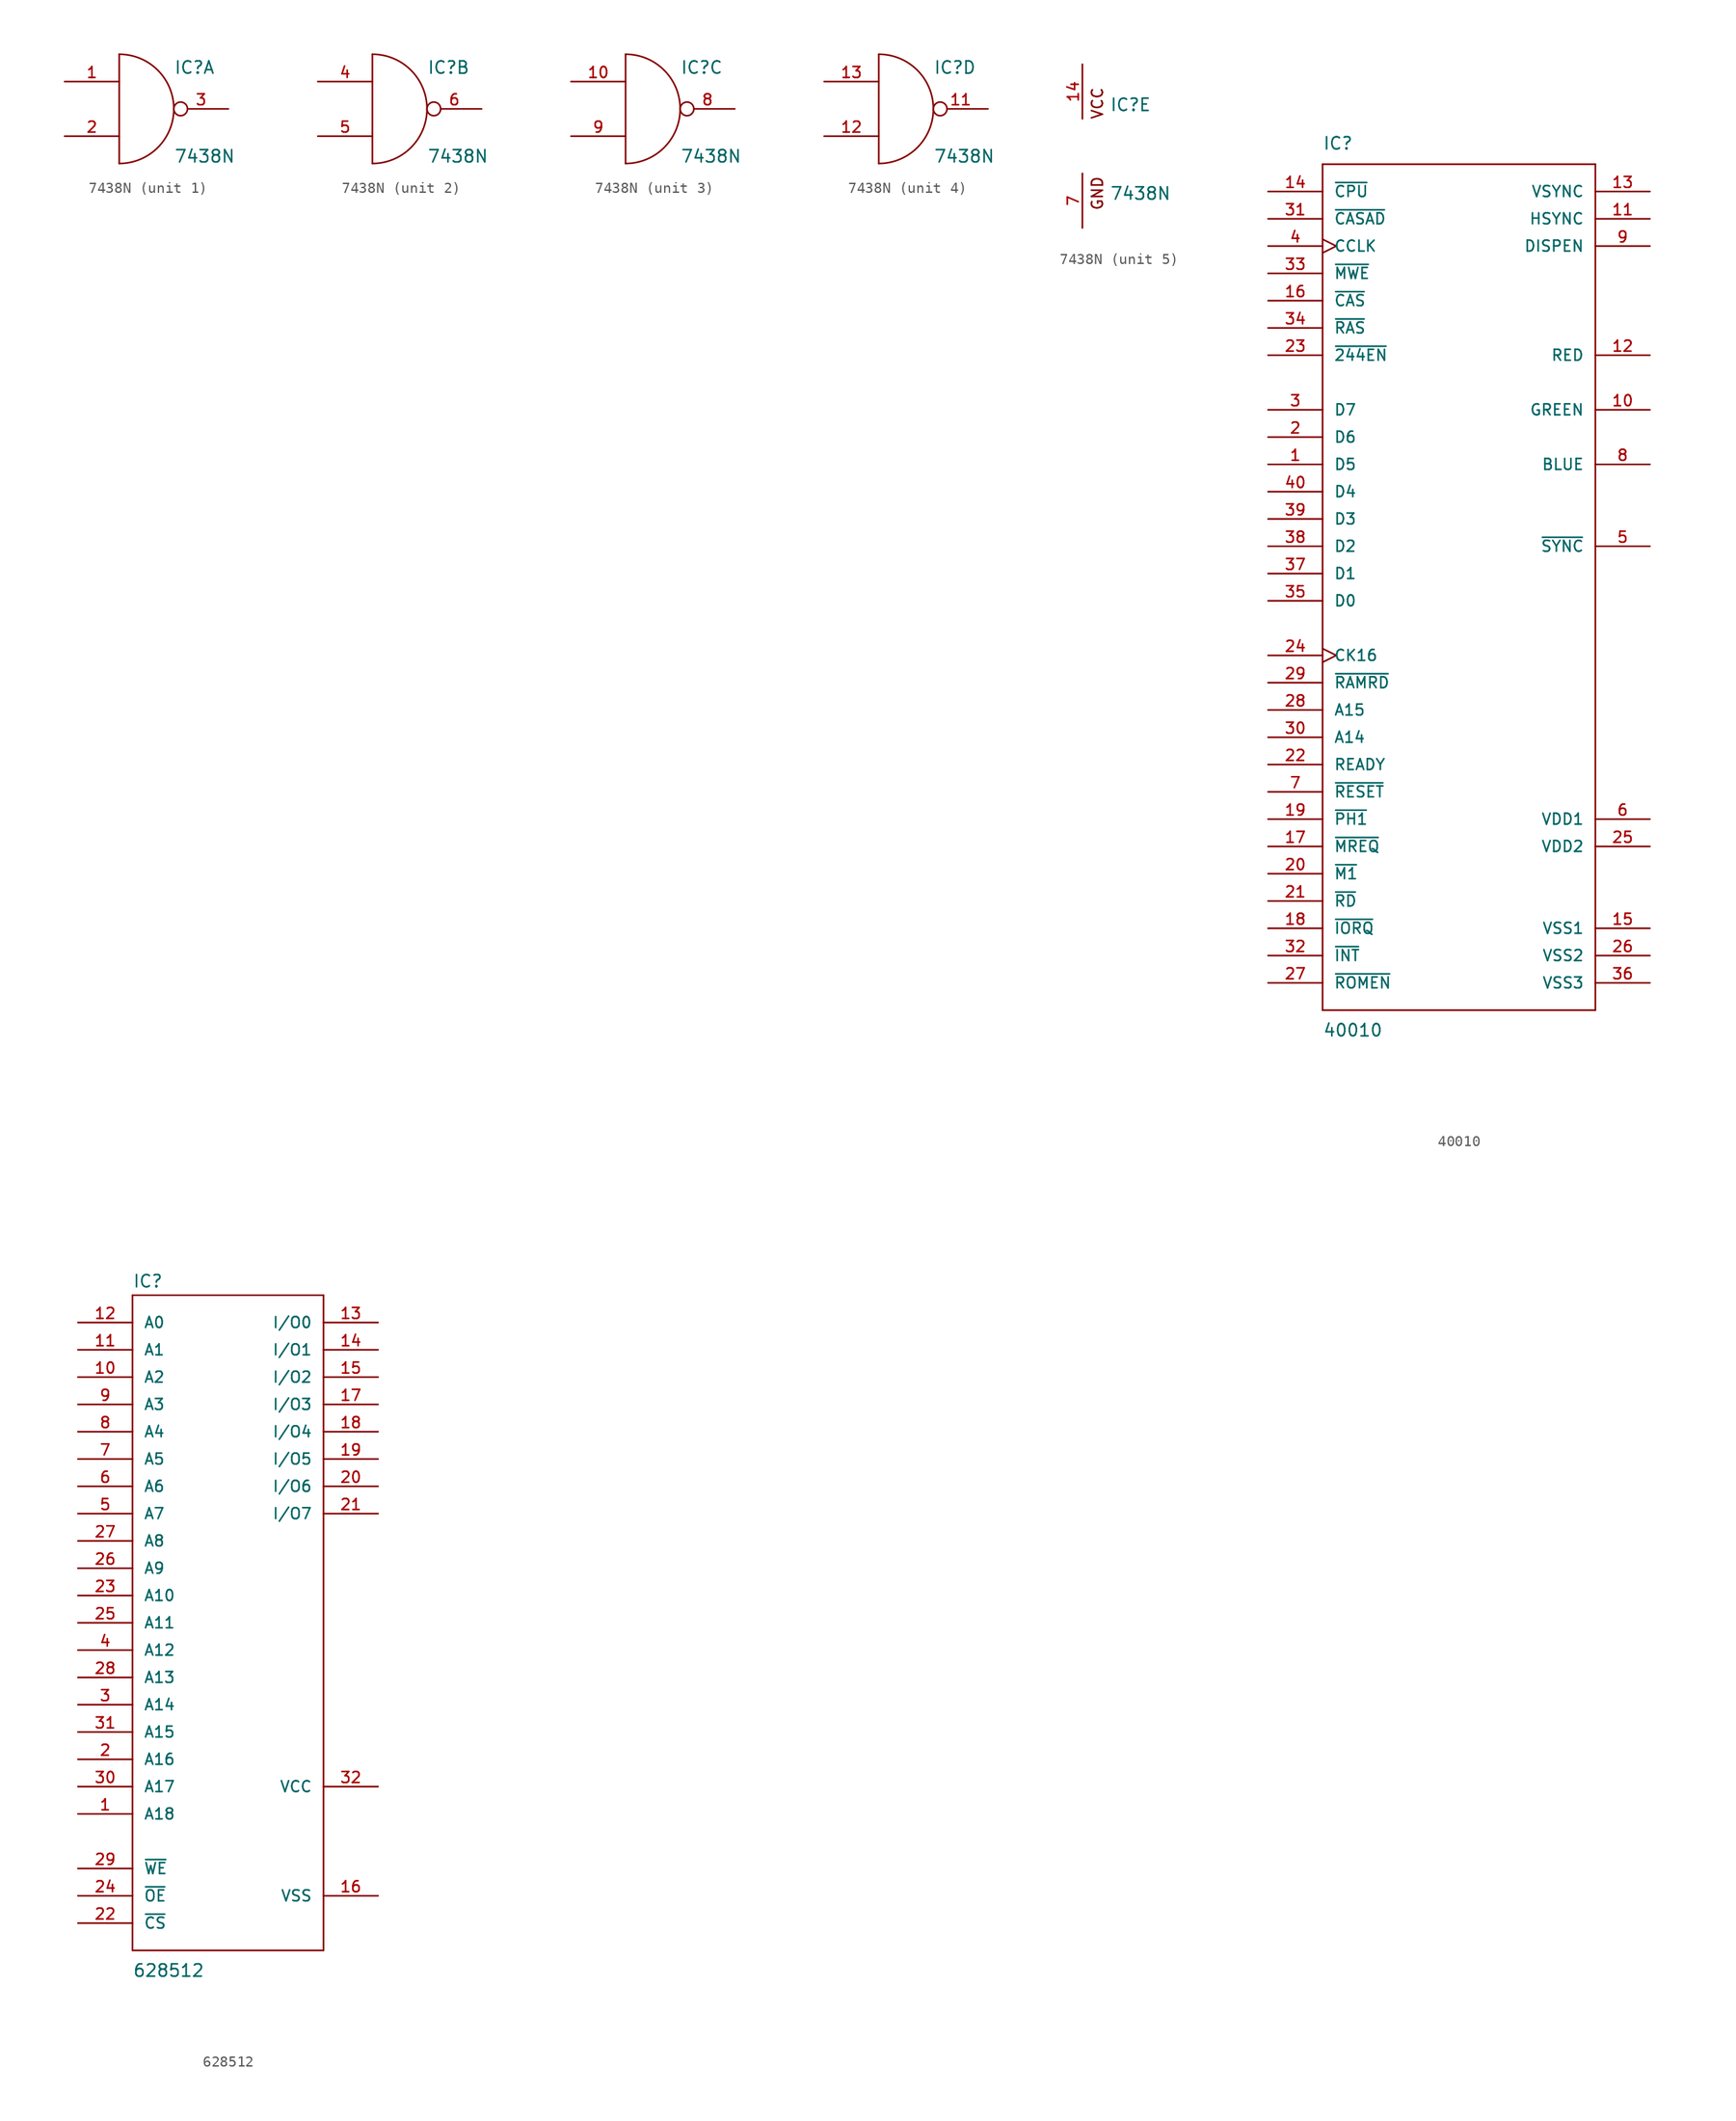
<source format=kicad_sym>
(kicad_symbol_lib
  (version 20211014)
  (generator kicad_symbol_editor)
  (symbol "7438N"
    (pin_names
      (offset 1.016) hide)
    (property "Reference" "IC"
      (at 2.54 3.175 0)
      (effects (font (size 1.143 1.143)) (justify left bottom)))
    (property "Value" "7438N"
      (at 2.54 -5.08 0)
      (effects (font (size 1.143 1.143)) (justify left bottom)))
    (property "ki_locked" ""
      (at 0 0 0)
      (effects (font (size 1.27 1.27))))
    (symbol "7438N_1_0"
      (polyline (pts (xy -2.54 5.08) (xy -2.54 -5.08)) (stroke (width 0) (type default) (color 0 0 0 0)) (fill (type none))))
    (symbol "7438N_1_1"
      (arc (start -2.54 -5.08) (mid 2.54 0) (end -2.54 5.08) (stroke (width 0) (type default) (color 0 0 0 0)) (fill (type none)))
      (pin input line (at -7.62 2.54 0) (length 5.08) (name "I0" (effects (font (size 1.016 1.016)))) (number "1" (effects (font (size 1.016 1.016)))))
      (pin input line (at -7.62 -2.54 0) (length 5.08) (name "I1" (effects (font (size 1.016 1.016)))) (number "2" (effects (font (size 1.016 1.016)))))
      (pin open_collector inverted (at 7.62 0 180) (length 5.08) (name "O" (effects (font (size 1.016 1.016)))) (number "3" (effects (font (size 1.016 1.016))))))
    (symbol "7438N_2_0"
      (polyline (pts (xy -2.54 5.08) (xy -2.54 -5.08)) (stroke (width 0) (type default) (color 0 0 0 0)) (fill (type none))))
    (symbol "7438N_2_1"
      (arc (start -2.54 -5.08) (mid 2.54 0) (end -2.54 5.08) (stroke (width 0) (type default) (color 0 0 0 0)) (fill (type none)))
      (pin input line (at -7.62 2.54 0) (length 5.08) (name "I0" (effects (font (size 1.016 1.016)))) (number "4" (effects (font (size 1.016 1.016)))))
      (pin input line (at -7.62 -2.54 0) (length 5.08) (name "I1" (effects (font (size 1.016 1.016)))) (number "5" (effects (font (size 1.016 1.016)))))
      (pin open_collector inverted (at 7.62 0 180) (length 5.08) (name "O" (effects (font (size 1.016 1.016)))) (number "6" (effects (font (size 1.016 1.016))))))
    (symbol "7438N_3_0"
      (polyline (pts (xy -2.54 5.08) (xy -2.54 -5.08)) (stroke (width 0) (type default) (color 0 0 0 0)) (fill (type none))))
    (symbol "7438N_3_1"
      (arc (start -2.54 -5.08) (mid 2.54 0) (end -2.54 5.08) (stroke (width 0) (type default) (color 0 0 0 0)) (fill (type none)))
      (pin input line (at -7.62 2.54 0) (length 5.08) (name "I0" (effects (font (size 1.016 1.016)))) (number "10" (effects (font (size 1.016 1.016)))))
      (pin open_collector inverted (at 7.62 0 180) (length 5.08) (name "O" (effects (font (size 1.016 1.016)))) (number "8" (effects (font (size 1.016 1.016)))))
      (pin input line (at -7.62 -2.54 0) (length 5.08) (name "I1" (effects (font (size 1.016 1.016)))) (number "9" (effects (font (size 1.016 1.016))))))
    (symbol "7438N_4_0"
      (polyline (pts (xy -2.54 5.08) (xy -2.54 -5.08)) (stroke (width 0) (type default) (color 0 0 0 0)) (fill (type none))))
    (symbol "7438N_4_1"
      (arc (start -2.54 -5.08) (mid 2.54 0) (end -2.54 5.08) (stroke (width 0) (type default) (color 0 0 0 0)) (fill (type none)))
      (pin open_collector inverted (at 7.62 0 180) (length 5.08) (name "O" (effects (font (size 1.016 1.016)))) (number "11" (effects (font (size 1.016 1.016)))))
      (pin input line (at -7.62 -2.54 0) (length 5.08) (name "I1" (effects (font (size 1.016 1.016)))) (number "12" (effects (font (size 1.016 1.016)))))
      (pin input line (at -7.62 2.54 0) (length 5.08) (name "I0" (effects (font (size 1.016 1.016)))) (number "13" (effects (font (size 1.016 1.016))))))
    (symbol "7438N_5_0"
      (text "GND" (at 1.397 -4.394 900) (effects (font (size 1.016 1.016))))
      (text "VCC" (at 1.397 3.988 900) (effects (font (size 1.016 1.016)))))
    (symbol "7438N_5_1"
      (pin power_in line (at 0 7.62 270) (length 5.08) (name "VCC" (effects (font (size 1.016 1.016)))) (number "14" (effects (font (size 1.016 1.016)))))
      (pin power_in line (at 0 -7.62 90) (length 5.08) (name "GND" (effects (font (size 1.016 1.016)))) (number "7" (effects (font (size 1.016 1.016)))))))
  (symbol "40010"
    (pin_names
      (offset 1.016))
    (property "Reference" "IC"
      (at -12.7 41.91 0)
      (effects (font (size 1.143 1.143)) (justify left bottom)))
    (property "Value" "40010"
      (at -12.7 -40.64 0)
      (effects (font (size 1.143 1.143)) (justify left bottom)))
    (property "ki_locked" ""
      (at 0 0 0)
      (effects (font (size 1.27 1.27))))
    (symbol "40010_1_0"
      (polyline (pts (xy -12.7 -38.1) (xy -12.7 40.64)) (stroke (width 0) (type default) (color 0 0 0 0)) (fill (type none)))
      (polyline (pts (xy -12.7 40.64) (xy 12.7 40.64)) (stroke (width 0) (type default) (color 0 0 0 0)) (fill (type none)))
      (polyline (pts (xy 12.7 -38.1) (xy -12.7 -38.1)) (stroke (width 0) (type default) (color 0 0 0 0)) (fill (type none)))
      (polyline (pts (xy 12.7 40.64) (xy 12.7 -38.1)) (stroke (width 0) (type default) (color 0 0 0 0)) (fill (type none))))
    (symbol "40010_1_1"
      (pin bidirectional line (at -17.78 12.7 0) (length 5.08) (name "D5" (effects (font (size 1.016 1.016)))) (number "1" (effects (font (size 1.016 1.016)))))
      (pin output line (at 17.78 17.78 180) (length 5.08) (name "GREEN" (effects (font (size 1.016 1.016)))) (number "10" (effects (font (size 1.016 1.016)))))
      (pin input line (at 17.78 35.56 180) (length 5.08) (name "HSYNC" (effects (font (size 1.016 1.016)))) (number "11" (effects (font (size 1.016 1.016)))))
      (pin output line (at 17.78 22.86 180) (length 5.08) (name "RED" (effects (font (size 1.016 1.016)))) (number "12" (effects (font (size 1.016 1.016)))))
      (pin input line (at 17.78 38.1 180) (length 5.08) (name "VSYNC" (effects (font (size 1.016 1.016)))) (number "13" (effects (font (size 1.016 1.016)))))
      (pin bidirectional line (at -17.78 38.1 0) (length 5.08) (name "~{CPU}" (effects (font (size 1.016 1.016)))) (number "14" (effects (font (size 1.016 1.016)))))
      (pin power_in line (at 17.78 -30.48 180) (length 5.08) (name "VSS1" (effects (font (size 1.016 1.016)))) (number "15" (effects (font (size 1.016 1.016)))))
      (pin output line (at -17.78 27.94 0) (length 5.08) (name "~{CAS}" (effects (font (size 1.016 1.016)))) (number "16" (effects (font (size 1.016 1.016)))))
      (pin input line (at -17.78 -22.86 0) (length 5.08) (name "~{MREQ}" (effects (font (size 1.016 1.016)))) (number "17" (effects (font (size 1.016 1.016)))))
      (pin input line (at -17.78 -30.48 0) (length 5.08) (name "~{IORQ}" (effects (font (size 1.016 1.016)))) (number "18" (effects (font (size 1.016 1.016)))))
      (pin output line (at -17.78 -20.32 0) (length 5.08) (name "~{PH1}" (effects (font (size 1.016 1.016)))) (number "19" (effects (font (size 1.016 1.016)))))
      (pin bidirectional line (at -17.78 15.24 0) (length 5.08) (name "D6" (effects (font (size 1.016 1.016)))) (number "2" (effects (font (size 1.016 1.016)))))
      (pin input line (at -17.78 -25.4 0) (length 5.08) (name "~{M1}" (effects (font (size 1.016 1.016)))) (number "20" (effects (font (size 1.016 1.016)))))
      (pin input line (at -17.78 -27.94 0) (length 5.08) (name "~{RD}" (effects (font (size 1.016 1.016)))) (number "21" (effects (font (size 1.016 1.016)))))
      (pin output line (at -17.78 -15.24 0) (length 5.08) (name "READY" (effects (font (size 1.016 1.016)))) (number "22" (effects (font (size 1.016 1.016)))))
      (pin output line (at -17.78 22.86 0) (length 5.08) (name "~{244EN}" (effects (font (size 1.016 1.016)))) (number "23" (effects (font (size 1.016 1.016)))))
      (pin input clock (at -17.78 -5.08 0) (length 5.08) (name "CK16" (effects (font (size 1.016 1.016)))) (number "24" (effects (font (size 1.016 1.016)))))
      (pin power_in line (at 17.78 -22.86 180) (length 5.08) (name "VDD2" (effects (font (size 1.016 1.016)))) (number "25" (effects (font (size 1.016 1.016)))))
      (pin power_in line (at 17.78 -33.02 180) (length 5.08) (name "VSS2" (effects (font (size 1.016 1.016)))) (number "26" (effects (font (size 1.016 1.016)))))
      (pin output line (at -17.78 -35.56 0) (length 5.08) (name "~{ROMEN}" (effects (font (size 1.016 1.016)))) (number "27" (effects (font (size 1.016 1.016)))))
      (pin input line (at -17.78 -10.16 0) (length 5.08) (name "A15" (effects (font (size 1.016 1.016)))) (number "28" (effects (font (size 1.016 1.016)))))
      (pin output line (at -17.78 -7.62 0) (length 5.08) (name "~{RAMRD}" (effects (font (size 1.016 1.016)))) (number "29" (effects (font (size 1.016 1.016)))))
      (pin bidirectional line (at -17.78 17.78 0) (length 5.08) (name "D7" (effects (font (size 1.016 1.016)))) (number "3" (effects (font (size 1.016 1.016)))))
      (pin input line (at -17.78 -12.7 0) (length 5.08) (name "A14" (effects (font (size 1.016 1.016)))) (number "30" (effects (font (size 1.016 1.016)))))
      (pin output line (at -17.78 35.56 0) (length 5.08) (name "~{CASAD}" (effects (font (size 1.016 1.016)))) (number "31" (effects (font (size 1.016 1.016)))))
      (pin output line (at -17.78 -33.02 0) (length 5.08) (name "~{INT}" (effects (font (size 1.016 1.016)))) (number "32" (effects (font (size 1.016 1.016)))))
      (pin output line (at -17.78 30.48 0) (length 5.08) (name "~{MWE}" (effects (font (size 1.016 1.016)))) (number "33" (effects (font (size 1.016 1.016)))))
      (pin output line (at -17.78 25.4 0) (length 5.08) (name "~{RAS}" (effects (font (size 1.016 1.016)))) (number "34" (effects (font (size 1.016 1.016)))))
      (pin bidirectional line (at -17.78 0 0) (length 5.08) (name "D0" (effects (font (size 1.016 1.016)))) (number "35" (effects (font (size 1.016 1.016)))))
      (pin power_in line (at 17.78 -35.56 180) (length 5.08) (name "VSS3" (effects (font (size 1.016 1.016)))) (number "36" (effects (font (size 1.016 1.016)))))
      (pin bidirectional line (at -17.78 2.54 0) (length 5.08) (name "D1" (effects (font (size 1.016 1.016)))) (number "37" (effects (font (size 1.016 1.016)))))
      (pin bidirectional line (at -17.78 5.08 0) (length 5.08) (name "D2" (effects (font (size 1.016 1.016)))) (number "38" (effects (font (size 1.016 1.016)))))
      (pin bidirectional line (at -17.78 7.62 0) (length 5.08) (name "D3" (effects (font (size 1.016 1.016)))) (number "39" (effects (font (size 1.016 1.016)))))
      (pin output clock (at -17.78 33.02 0) (length 5.08) (name "CCLK" (effects (font (size 1.016 1.016)))) (number "4" (effects (font (size 1.016 1.016)))))
      (pin bidirectional line (at -17.78 10.16 0) (length 5.08) (name "D4" (effects (font (size 1.016 1.016)))) (number "40" (effects (font (size 1.016 1.016)))))
      (pin output line (at 17.78 5.08 180) (length 5.08) (name "~{SYNC}" (effects (font (size 1.016 1.016)))) (number "5" (effects (font (size 1.016 1.016)))))
      (pin power_in line (at 17.78 -20.32 180) (length 5.08) (name "VDD1" (effects (font (size 1.016 1.016)))) (number "6" (effects (font (size 1.016 1.016)))))
      (pin input line (at -17.78 -17.78 0) (length 5.08) (name "~{RESET}" (effects (font (size 1.016 1.016)))) (number "7" (effects (font (size 1.016 1.016)))))
      (pin output line (at 17.78 12.7 180) (length 5.08) (name "BLUE" (effects (font (size 1.016 1.016)))) (number "8" (effects (font (size 1.016 1.016)))))
      (pin input line (at 17.78 33.02 180) (length 5.08) (name "DISPEN" (effects (font (size 1.016 1.016)))) (number "9" (effects (font (size 1.016 1.016)))))))
  (symbol "628512"
    (pin_names
      (offset 1.016))
    (property "Reference" "IC"
      (at -10.16 31.115 0)
      (effects (font (size 1.143 1.143)) (justify left bottom)))
    (property "Value" "628512"
      (at -10.16 -33.02 0)
      (effects (font (size 1.143 1.143)) (justify left bottom)))
    (property "ki_locked" ""
      (at 0 0 0)
      (effects (font (size 1.27 1.27))))
    (symbol "628512_1_0"
      (polyline (pts (xy -10.16 -30.48) (xy -10.16 30.48)) (stroke (width 0) (type default) (color 0 0 0 0)) (fill (type none)))
      (polyline (pts (xy -10.16 -30.48) (xy 7.62 -30.48)) (stroke (width 0) (type default) (color 0 0 0 0)) (fill (type none)))
      (polyline (pts (xy 7.62 30.48) (xy -10.16 30.48)) (stroke (width 0) (type default) (color 0 0 0 0)) (fill (type none)))
      (polyline (pts (xy 7.62 30.48) (xy 7.62 -30.48)) (stroke (width 0) (type default) (color 0 0 0 0)) (fill (type none))))
    (symbol "628512_1_1"
      (pin input line (at -15.24 -17.78 0) (length 5.08) (name "A18" (effects (font (size 1.016 1.016)))) (number "1" (effects (font (size 1.016 1.016)))))
      (pin input line (at -15.24 22.86 0) (length 5.08) (name "A2" (effects (font (size 1.016 1.016)))) (number "10" (effects (font (size 1.016 1.016)))))
      (pin input line (at -15.24 25.4 0) (length 5.08) (name "A1" (effects (font (size 1.016 1.016)))) (number "11" (effects (font (size 1.016 1.016)))))
      (pin input line (at -15.24 27.94 0) (length 5.08) (name "A0" (effects (font (size 1.016 1.016)))) (number "12" (effects (font (size 1.016 1.016)))))
      (pin bidirectional line (at 12.7 27.94 180) (length 5.08) (name "I/O0" (effects (font (size 1.016 1.016)))) (number "13" (effects (font (size 1.016 1.016)))))
      (pin bidirectional line (at 12.7 25.4 180) (length 5.08) (name "I/O1" (effects (font (size 1.016 1.016)))) (number "14" (effects (font (size 1.016 1.016)))))
      (pin bidirectional line (at 12.7 22.86 180) (length 5.08) (name "I/O2" (effects (font (size 1.016 1.016)))) (number "15" (effects (font (size 1.016 1.016)))))
      (pin power_in line (at 12.7 -25.4 180) (length 5.08) (name "VSS" (effects (font (size 1.016 1.016)))) (number "16" (effects (font (size 1.016 1.016)))))
      (pin bidirectional line (at 12.7 20.32 180) (length 5.08) (name "I/O3" (effects (font (size 1.016 1.016)))) (number "17" (effects (font (size 1.016 1.016)))))
      (pin bidirectional line (at 12.7 17.78 180) (length 5.08) (name "I/O4" (effects (font (size 1.016 1.016)))) (number "18" (effects (font (size 1.016 1.016)))))
      (pin bidirectional line (at 12.7 15.24 180) (length 5.08) (name "I/O5" (effects (font (size 1.016 1.016)))) (number "19" (effects (font (size 1.016 1.016)))))
      (pin input line (at -15.24 -12.7 0) (length 5.08) (name "A16" (effects (font (size 1.016 1.016)))) (number "2" (effects (font (size 1.016 1.016)))))
      (pin bidirectional line (at 12.7 12.7 180) (length 5.08) (name "I/O6" (effects (font (size 1.016 1.016)))) (number "20" (effects (font (size 1.016 1.016)))))
      (pin bidirectional line (at 12.7 10.16 180) (length 5.08) (name "I/O7" (effects (font (size 1.016 1.016)))) (number "21" (effects (font (size 1.016 1.016)))))
      (pin input line (at -15.24 -27.94 0) (length 5.08) (name "~{CS}" (effects (font (size 1.016 1.016)))) (number "22" (effects (font (size 1.016 1.016)))))
      (pin input line (at -15.24 2.54 0) (length 5.08) (name "A10" (effects (font (size 1.016 1.016)))) (number "23" (effects (font (size 1.016 1.016)))))
      (pin input line (at -15.24 -25.4 0) (length 5.08) (name "~{OE}" (effects (font (size 1.016 1.016)))) (number "24" (effects (font (size 1.016 1.016)))))
      (pin input line (at -15.24 0 0) (length 5.08) (name "A11" (effects (font (size 1.016 1.016)))) (number "25" (effects (font (size 1.016 1.016)))))
      (pin input line (at -15.24 5.08 0) (length 5.08) (name "A9" (effects (font (size 1.016 1.016)))) (number "26" (effects (font (size 1.016 1.016)))))
      (pin input line (at -15.24 7.62 0) (length 5.08) (name "A8" (effects (font (size 1.016 1.016)))) (number "27" (effects (font (size 1.016 1.016)))))
      (pin input line (at -15.24 -5.08 0) (length 5.08) (name "A13" (effects (font (size 1.016 1.016)))) (number "28" (effects (font (size 1.016 1.016)))))
      (pin input line (at -15.24 -22.86 0) (length 5.08) (name "~{WE}" (effects (font (size 1.016 1.016)))) (number "29" (effects (font (size 1.016 1.016)))))
      (pin input line (at -15.24 -7.62 0) (length 5.08) (name "A14" (effects (font (size 1.016 1.016)))) (number "3" (effects (font (size 1.016 1.016)))))
      (pin input line (at -15.24 -15.24 0) (length 5.08) (name "A17" (effects (font (size 1.016 1.016)))) (number "30" (effects (font (size 1.016 1.016)))))
      (pin input line (at -15.24 -10.16 0) (length 5.08) (name "A15" (effects (font (size 1.016 1.016)))) (number "31" (effects (font (size 1.016 1.016)))))
      (pin power_in line (at 12.7 -15.24 180) (length 5.08) (name "VCC" (effects (font (size 1.016 1.016)))) (number "32" (effects (font (size 1.016 1.016)))))
      (pin input line (at -15.24 -2.54 0) (length 5.08) (name "A12" (effects (font (size 1.016 1.016)))) (number "4" (effects (font (size 1.016 1.016)))))
      (pin input line (at -15.24 10.16 0) (length 5.08) (name "A7" (effects (font (size 1.016 1.016)))) (number "5" (effects (font (size 1.016 1.016)))))
      (pin input line (at -15.24 12.7 0) (length 5.08) (name "A6" (effects (font (size 1.016 1.016)))) (number "6" (effects (font (size 1.016 1.016)))))
      (pin input line (at -15.24 15.24 0) (length 5.08) (name "A5" (effects (font (size 1.016 1.016)))) (number "7" (effects (font (size 1.016 1.016)))))
      (pin input line (at -15.24 17.78 0) (length 5.08) (name "A4" (effects (font (size 1.016 1.016)))) (number "8" (effects (font (size 1.016 1.016)))))
      (pin input line (at -15.24 20.32 0) (length 5.08) (name "A3" (effects (font (size 1.016 1.016)))) (number "9" (effects (font (size 1.016 1.016))))))))
</source>
